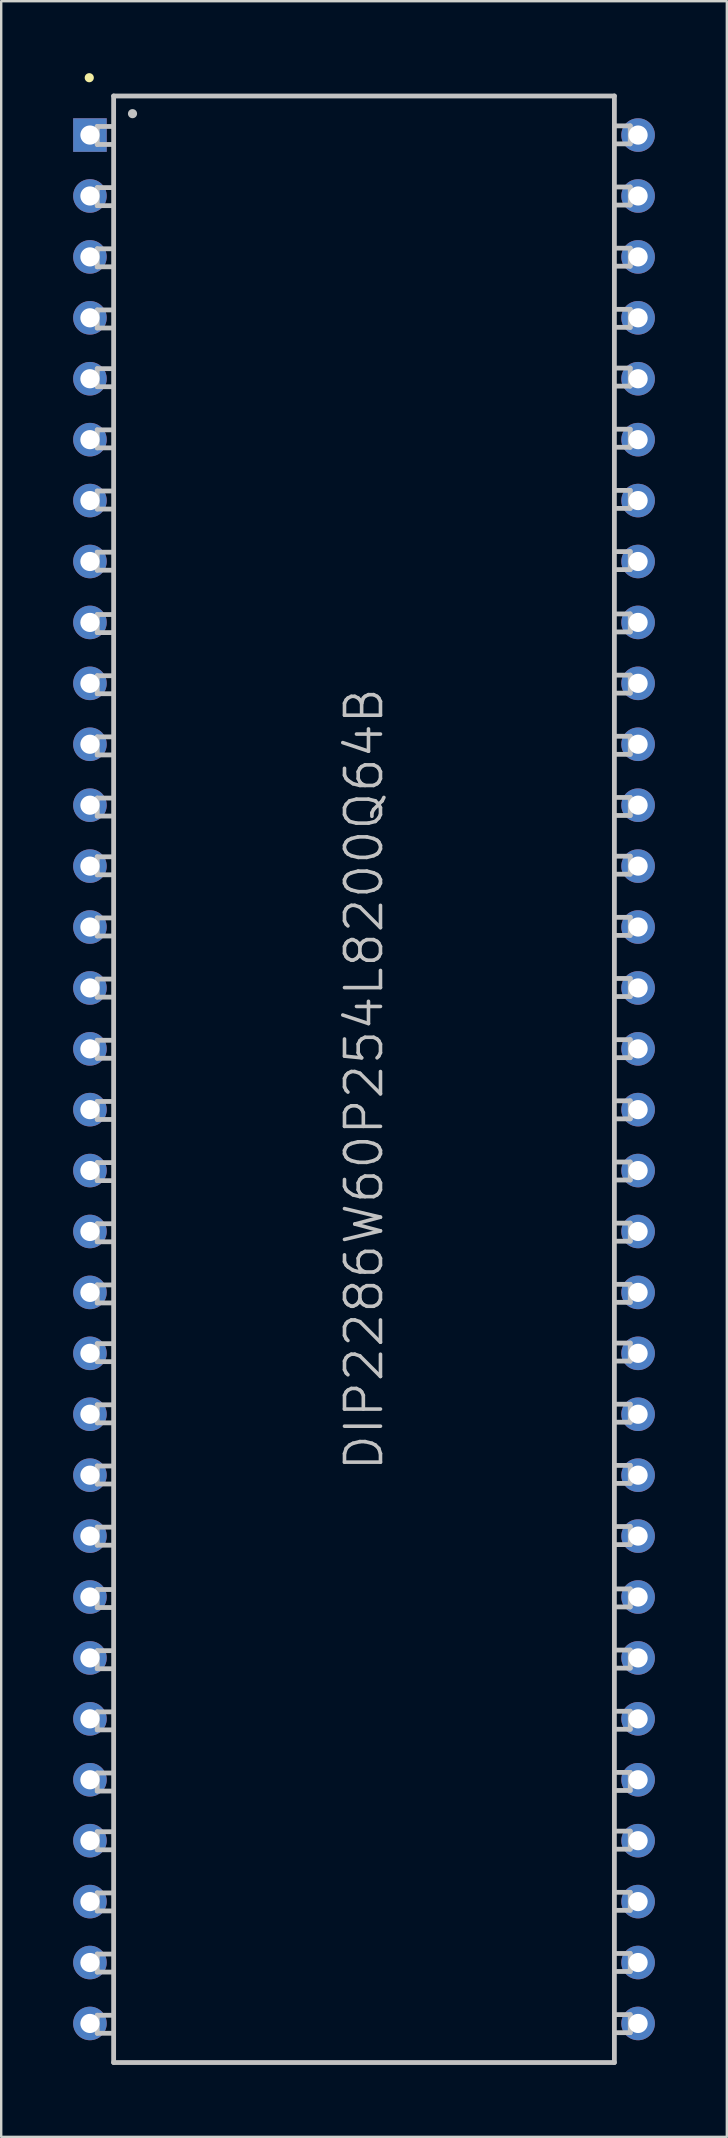
<source format=kicad_pcb>
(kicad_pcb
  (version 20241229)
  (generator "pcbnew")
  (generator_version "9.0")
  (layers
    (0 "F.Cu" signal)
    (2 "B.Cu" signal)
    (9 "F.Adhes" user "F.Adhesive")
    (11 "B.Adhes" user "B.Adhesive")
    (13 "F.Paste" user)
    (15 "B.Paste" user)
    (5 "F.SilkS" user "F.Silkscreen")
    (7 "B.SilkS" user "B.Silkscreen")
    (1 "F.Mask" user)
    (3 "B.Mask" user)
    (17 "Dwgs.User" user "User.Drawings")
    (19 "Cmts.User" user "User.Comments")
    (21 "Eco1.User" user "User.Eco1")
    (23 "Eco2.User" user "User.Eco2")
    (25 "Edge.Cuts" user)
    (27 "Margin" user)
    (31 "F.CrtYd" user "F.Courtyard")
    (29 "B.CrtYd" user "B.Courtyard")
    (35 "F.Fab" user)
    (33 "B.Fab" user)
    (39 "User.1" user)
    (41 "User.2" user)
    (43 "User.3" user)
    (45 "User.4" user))
  (footprint "DIP2286W60P254L8200Q64B"
    (layer "F.Cu")
    (at 12.127 41.948)
    (property "Reference" "DIP2286W60P254L8200Q64B" (at 0 0 90) (layer "Dwgs.User") (effects (font (size 1.5 1.5) (thickness 0.15))))
    (attr through_hole)
    (fp_line (start -11.455 -41.758) (end -11.455 -41.758) (stroke (width 0.381) (type solid)) (layer "F.SilkS"))
    (fp_line (start -11.123 -39.726) (end -10.472 -39.726) (stroke (width 0.2) (type solid)) (layer "Dwgs.User"))
    (fp_line (start -11.123 -38.974) (end -11.123 -39.726) (stroke (width 0.2) (type solid)) (layer "Dwgs.User"))
    (fp_line (start -11.123 -38.974) (end -10.472 -38.974) (stroke (width 0.2) (type solid)) (layer "Dwgs.User"))
    (fp_line (start -11.123 -37.175) (end -10.472 -37.175) (stroke (width 0.2) (type solid)) (layer "Dwgs.User"))
    (fp_line (start -11.123 -36.424) (end -11.123 -37.175) (stroke (width 0.2) (type solid)) (layer "Dwgs.User"))
    (fp_line (start -11.123 -36.424) (end -10.472 -36.424) (stroke (width 0.2) (type solid)) (layer "Dwgs.User"))
    (fp_line (start -11.123 -34.625) (end -10.472 -34.625) (stroke (width 0.2) (type solid)) (layer "Dwgs.User"))
    (fp_line (start -11.123 -33.873) (end -11.123 -34.625) (stroke (width 0.2) (type solid)) (layer "Dwgs.User"))
    (fp_line (start -11.123 -33.873) (end -10.472 -33.873) (stroke (width 0.2) (type solid)) (layer "Dwgs.User"))
    (fp_line (start -11.123 -32.075) (end -10.472 -32.075) (stroke (width 0.2) (type solid)) (layer "Dwgs.User"))
    (fp_line (start -11.123 -31.323) (end -11.123 -32.075) (stroke (width 0.2) (type solid)) (layer "Dwgs.User"))
    (fp_line (start -11.123 -31.323) (end -10.472 -31.323) (stroke (width 0.2) (type solid)) (layer "Dwgs.User"))
    (fp_line (start -11.123 -29.627) (end -10.472 -29.627) (stroke (width 0.2) (type solid)) (layer "Dwgs.User"))
    (fp_line (start -11.123 -28.875) (end -11.123 -29.627) (stroke (width 0.2) (type solid)) (layer "Dwgs.User"))
    (fp_line (start -11.123 -28.875) (end -10.472 -28.875) (stroke (width 0.2) (type solid)) (layer "Dwgs.User"))
    (fp_line (start -11.123 -27.076) (end -10.472 -27.076) (stroke (width 0.2) (type solid)) (layer "Dwgs.User"))
    (fp_line (start -11.123 -26.325) (end -11.123 -27.076) (stroke (width 0.2) (type solid)) (layer "Dwgs.User"))
    (fp_line (start -11.123 -26.325) (end -10.472 -26.325) (stroke (width 0.2) (type solid)) (layer "Dwgs.User"))
    (fp_line (start -11.123 -24.526) (end -10.472 -24.526) (stroke (width 0.2) (type solid)) (layer "Dwgs.User"))
    (fp_line (start -11.123 -23.774) (end -11.123 -24.526) (stroke (width 0.2) (type solid)) (layer "Dwgs.User"))
    (fp_line (start -11.123 -23.774) (end -10.472 -23.774) (stroke (width 0.2) (type solid)) (layer "Dwgs.User"))
    (fp_line (start -11.123 -21.976) (end -10.472 -21.976) (stroke (width 0.2) (type solid)) (layer "Dwgs.User"))
    (fp_line (start -11.123 -21.224) (end -11.123 -21.976) (stroke (width 0.2) (type solid)) (layer "Dwgs.User"))
    (fp_line (start -11.123 -21.224) (end -10.472 -21.224) (stroke (width 0.2) (type solid)) (layer "Dwgs.User"))
    (fp_line (start -11.123 -19.375) (end -10.472 -19.375) (stroke (width 0.2) (type solid)) (layer "Dwgs.User"))
    (fp_line (start -11.123 -18.623) (end -11.123 -19.375) (stroke (width 0.2) (type solid)) (layer "Dwgs.User"))
    (fp_line (start -11.123 -18.623) (end -10.472 -18.623) (stroke (width 0.2) (type solid)) (layer "Dwgs.User"))
    (fp_line (start -11.123 -16.825) (end -10.472 -16.825) (stroke (width 0.2) (type solid)) (layer "Dwgs.User"))
    (fp_line (start -11.123 -16.073) (end -11.123 -16.825) (stroke (width 0.2) (type solid)) (layer "Dwgs.User"))
    (fp_line (start -11.123 -16.073) (end -10.472 -16.073) (stroke (width 0.2) (type solid)) (layer "Dwgs.User"))
    (fp_line (start -11.123 -14.275) (end -10.472 -14.275) (stroke (width 0.2) (type solid)) (layer "Dwgs.User"))
    (fp_line (start -11.123 -13.523) (end -11.123 -14.275) (stroke (width 0.2) (type solid)) (layer "Dwgs.User"))
    (fp_line (start -11.123 -13.523) (end -10.472 -13.523) (stroke (width 0.2) (type solid)) (layer "Dwgs.User"))
    (fp_line (start -11.123 -11.725) (end -10.472 -11.725) (stroke (width 0.2) (type solid)) (layer "Dwgs.User"))
    (fp_line (start -11.123 -10.973) (end -11.123 -11.725) (stroke (width 0.2) (type solid)) (layer "Dwgs.User"))
    (fp_line (start -11.123 -10.973) (end -10.472 -10.973) (stroke (width 0.2) (type solid)) (layer "Dwgs.User"))
    (fp_line (start -11.123 -9.276) (end -10.472 -9.276) (stroke (width 0.2) (type solid)) (layer "Dwgs.User"))
    (fp_line (start -11.123 -8.524) (end -11.123 -9.276) (stroke (width 0.2) (type solid)) (layer "Dwgs.User"))
    (fp_line (start -11.123 -8.524) (end -10.472 -8.524) (stroke (width 0.2) (type solid)) (layer "Dwgs.User"))
    (fp_line (start -11.123 -6.726) (end -10.472 -6.726) (stroke (width 0.2) (type solid)) (layer "Dwgs.User"))
    (fp_line (start -11.123 -5.974) (end -11.123 -6.726) (stroke (width 0.2) (type solid)) (layer "Dwgs.User"))
    (fp_line (start -11.123 -5.974) (end -10.472 -5.974) (stroke (width 0.2) (type solid)) (layer "Dwgs.User"))
    (fp_line (start -11.123 -4.176) (end -10.472 -4.176) (stroke (width 0.2) (type solid)) (layer "Dwgs.User"))
    (fp_line (start -11.123 -3.424) (end -11.123 -4.176) (stroke (width 0.2) (type solid)) (layer "Dwgs.User"))
    (fp_line (start -11.123 -3.424) (end -10.472 -3.424) (stroke (width 0.2) (type solid)) (layer "Dwgs.User"))
    (fp_line (start -11.123 -1.626) (end -10.472 -1.626) (stroke (width 0.2) (type solid)) (layer "Dwgs.User"))
    (fp_line (start -11.123 -0.874) (end -11.123 -1.626) (stroke (width 0.2) (type solid)) (layer "Dwgs.User"))
    (fp_line (start -11.123 -0.874) (end -10.472 -0.874) (stroke (width 0.2) (type solid)) (layer "Dwgs.User"))
    (fp_line (start -11.123 0.925) (end -10.472 0.925) (stroke (width 0.2) (type solid)) (layer "Dwgs.User"))
    (fp_line (start -11.123 1.676) (end -11.123 0.925) (stroke (width 0.2) (type solid)) (layer "Dwgs.User"))
    (fp_line (start -11.123 1.676) (end -10.472 1.676) (stroke (width 0.2) (type solid)) (layer "Dwgs.User"))
    (fp_line (start -11.123 3.475) (end -10.472 3.475) (stroke (width 0.2) (type solid)) (layer "Dwgs.User"))
    (fp_line (start -11.123 4.227) (end -11.123 3.475) (stroke (width 0.2) (type solid)) (layer "Dwgs.User"))
    (fp_line (start -11.123 4.227) (end -10.472 4.227) (stroke (width 0.2) (type solid)) (layer "Dwgs.User"))
    (fp_line (start -11.123 6.025) (end -10.472 6.025) (stroke (width 0.2) (type solid)) (layer "Dwgs.User"))
    (fp_line (start -11.123 6.777) (end -11.123 6.025) (stroke (width 0.2) (type solid)) (layer "Dwgs.User"))
    (fp_line (start -11.123 6.777) (end -10.472 6.777) (stroke (width 0.2) (type solid)) (layer "Dwgs.User"))
    (fp_line (start -11.123 8.575) (end -10.472 8.575) (stroke (width 0.2) (type solid)) (layer "Dwgs.User"))
    (fp_line (start -11.123 9.327) (end -11.123 8.575) (stroke (width 0.2) (type solid)) (layer "Dwgs.User"))
    (fp_line (start -11.123 9.327) (end -10.472 9.327) (stroke (width 0.2) (type solid)) (layer "Dwgs.User"))
    (fp_line (start -11.123 11.024) (end -10.472 11.024) (stroke (width 0.2) (type solid)) (layer "Dwgs.User"))
    (fp_line (start -11.123 11.775) (end -11.123 11.024) (stroke (width 0.2) (type solid)) (layer "Dwgs.User"))
    (fp_line (start -11.123 11.775) (end -10.472 11.775) (stroke (width 0.2) (type solid)) (layer "Dwgs.User"))
    (fp_line (start -11.123 13.574) (end -10.472 13.574) (stroke (width 0.2) (type solid)) (layer "Dwgs.User"))
    (fp_line (start -11.123 14.326) (end -11.123 13.574) (stroke (width 0.2) (type solid)) (layer "Dwgs.User"))
    (fp_line (start -11.123 14.326) (end -10.472 14.326) (stroke (width 0.2) (type solid)) (layer "Dwgs.User"))
    (fp_line (start -11.123 16.124) (end -10.472 16.124) (stroke (width 0.2) (type solid)) (layer "Dwgs.User"))
    (fp_line (start -11.123 16.876) (end -11.123 16.124) (stroke (width 0.2) (type solid)) (layer "Dwgs.User"))
    (fp_line (start -11.123 16.876) (end -10.472 16.876) (stroke (width 0.2) (type solid)) (layer "Dwgs.User"))
    (fp_line (start -11.123 18.674) (end -10.472 18.674) (stroke (width 0.2) (type solid)) (layer "Dwgs.User"))
    (fp_line (start -11.123 19.426) (end -11.123 18.674) (stroke (width 0.2) (type solid)) (layer "Dwgs.User"))
    (fp_line (start -11.123 19.426) (end -10.472 19.426) (stroke (width 0.2) (type solid)) (layer "Dwgs.User"))
    (fp_line (start -11.123 21.275) (end -10.472 21.275) (stroke (width 0.2) (type solid)) (layer "Dwgs.User"))
    (fp_line (start -11.123 22.027) (end -11.123 21.275) (stroke (width 0.2) (type solid)) (layer "Dwgs.User"))
    (fp_line (start -11.123 22.027) (end -10.472 22.027) (stroke (width 0.2) (type solid)) (layer "Dwgs.User"))
    (fp_line (start -11.123 23.825) (end -10.472 23.825) (stroke (width 0.2) (type solid)) (layer "Dwgs.User"))
    (fp_line (start -11.123 24.577) (end -11.123 23.825) (stroke (width 0.2) (type solid)) (layer "Dwgs.User"))
    (fp_line (start -11.123 24.577) (end -10.472 24.577) (stroke (width 0.2) (type solid)) (layer "Dwgs.User"))
    (fp_line (start -11.123 26.375) (end -10.472 26.375) (stroke (width 0.2) (type solid)) (layer "Dwgs.User"))
    (fp_line (start -11.123 27.127) (end -11.123 26.375) (stroke (width 0.2) (type solid)) (layer "Dwgs.User"))
    (fp_line (start -11.123 27.127) (end -10.472 27.127) (stroke (width 0.2) (type solid)) (layer "Dwgs.User"))
    (fp_line (start -11.123 28.926) (end -10.472 28.926) (stroke (width 0.2) (type solid)) (layer "Dwgs.User"))
    (fp_line (start -11.123 29.677) (end -11.123 28.926) (stroke (width 0.2) (type solid)) (layer "Dwgs.User"))
    (fp_line (start -11.123 29.677) (end -10.472 29.677) (stroke (width 0.2) (type solid)) (layer "Dwgs.User"))
    (fp_line (start -11.123 31.374) (end -10.472 31.374) (stroke (width 0.2) (type solid)) (layer "Dwgs.User"))
    (fp_line (start -11.123 32.126) (end -11.123 31.374) (stroke (width 0.2) (type solid)) (layer "Dwgs.User"))
    (fp_line (start -11.123 32.126) (end -10.472 32.126) (stroke (width 0.2) (type solid)) (layer "Dwgs.User"))
    (fp_line (start -11.123 33.924) (end -10.472 33.924) (stroke (width 0.2) (type solid)) (layer "Dwgs.User"))
    (fp_line (start -11.123 34.676) (end -11.123 33.924) (stroke (width 0.2) (type solid)) (layer "Dwgs.User"))
    (fp_line (start -11.123 34.676) (end -10.472 34.676) (stroke (width 0.2) (type solid)) (layer "Dwgs.User"))
    (fp_line (start -11.123 36.474) (end -10.472 36.474) (stroke (width 0.2) (type solid)) (layer "Dwgs.User"))
    (fp_line (start -11.123 37.226) (end -11.123 36.474) (stroke (width 0.2) (type solid)) (layer "Dwgs.User"))
    (fp_line (start -11.123 37.226) (end -10.472 37.226) (stroke (width 0.2) (type solid)) (layer "Dwgs.User"))
    (fp_line (start -11.123 39.025) (end -10.472 39.025) (stroke (width 0.2) (type solid)) (layer "Dwgs.User"))
    (fp_line (start -11.123 39.776) (end -11.123 39.025) (stroke (width 0.2) (type solid)) (layer "Dwgs.User"))
    (fp_line (start -11.123 39.776) (end -10.472 39.776) (stroke (width 0.2) (type solid)) (layer "Dwgs.User"))
    (fp_line (start -10.439 -40.996) (end -10.439 40.996) (stroke (width 0.2) (type solid)) (layer "Dwgs.User"))
    (fp_line (start -10.439 -40.996) (end 10.439 -40.996) (stroke (width 0.2) (type solid)) (layer "Dwgs.User"))
    (fp_line (start -10.439 40.996) (end 10.439 40.996) (stroke (width 0.2) (type solid)) (layer "Dwgs.User"))
    (fp_line (start -9.652 -40.259) (end -9.652 -40.259) (stroke (width 0.381) (type solid)) (layer "Dwgs.User"))
    (fp_line (start 10.439 -40.996) (end 10.439 40.996) (stroke (width 0.2) (type solid)) (layer "Dwgs.User"))
    (fp_line (start 11.1 -39.751) (end 10.45 -39.751) (stroke (width 0.2) (type solid)) (layer "Dwgs.User"))
    (fp_line (start 11.1 -39.751) (end 11.1 -38.999) (stroke (width 0.2) (type solid)) (layer "Dwgs.User"))
    (fp_line (start 11.1 -38.999) (end 10.45 -38.999) (stroke (width 0.2) (type solid)) (layer "Dwgs.User"))
    (fp_line (start 11.1 -37.201) (end 10.45 -37.201) (stroke (width 0.2) (type solid)) (layer "Dwgs.User"))
    (fp_line (start 11.1 -37.201) (end 11.1 -36.449) (stroke (width 0.2) (type solid)) (layer "Dwgs.User"))
    (fp_line (start 11.1 -36.449) (end 10.45 -36.449) (stroke (width 0.2) (type solid)) (layer "Dwgs.User"))
    (fp_line (start 11.1 -34.651) (end 10.45 -34.651) (stroke (width 0.2) (type solid)) (layer "Dwgs.User"))
    (fp_line (start 11.1 -34.651) (end 11.1 -33.899) (stroke (width 0.2) (type solid)) (layer "Dwgs.User"))
    (fp_line (start 11.1 -33.899) (end 10.45 -33.899) (stroke (width 0.2) (type solid)) (layer "Dwgs.User"))
    (fp_line (start 11.1 -32.101) (end 10.45 -32.101) (stroke (width 0.2) (type solid)) (layer "Dwgs.User"))
    (fp_line (start 11.1 -32.101) (end 11.1 -31.349) (stroke (width 0.2) (type solid)) (layer "Dwgs.User"))
    (fp_line (start 11.1 -31.349) (end 10.45 -31.349) (stroke (width 0.2) (type solid)) (layer "Dwgs.User"))
    (fp_line (start 11.1 -29.652) (end 10.45 -29.652) (stroke (width 0.2) (type solid)) (layer "Dwgs.User"))
    (fp_line (start 11.1 -29.652) (end 11.1 -28.9) (stroke (width 0.2) (type solid)) (layer "Dwgs.User"))
    (fp_line (start 11.1 -28.9) (end 10.45 -28.9) (stroke (width 0.2) (type solid)) (layer "Dwgs.User"))
    (fp_line (start 11.1 -27.102) (end 10.45 -27.102) (stroke (width 0.2) (type solid)) (layer "Dwgs.User"))
    (fp_line (start 11.1 -27.102) (end 11.1 -26.35) (stroke (width 0.2) (type solid)) (layer "Dwgs.User"))
    (fp_line (start 11.1 -26.35) (end 10.45 -26.35) (stroke (width 0.2) (type solid)) (layer "Dwgs.User"))
    (fp_line (start 11.1 -24.552) (end 10.45 -24.552) (stroke (width 0.2) (type solid)) (layer "Dwgs.User"))
    (fp_line (start 11.1 -24.552) (end 11.1 -23.8) (stroke (width 0.2) (type solid)) (layer "Dwgs.User"))
    (fp_line (start 11.1 -23.8) (end 10.45 -23.8) (stroke (width 0.2) (type solid)) (layer "Dwgs.User"))
    (fp_line (start 11.1 -22.001) (end 10.45 -22.001) (stroke (width 0.2) (type solid)) (layer "Dwgs.User"))
    (fp_line (start 11.1 -22.001) (end 11.1 -21.25) (stroke (width 0.2) (type solid)) (layer "Dwgs.User"))
    (fp_line (start 11.1 -21.25) (end 10.45 -21.25) (stroke (width 0.2) (type solid)) (layer "Dwgs.User"))
    (fp_line (start 11.1 -19.401) (end 10.45 -19.401) (stroke (width 0.2) (type solid)) (layer "Dwgs.User"))
    (fp_line (start 11.1 -19.401) (end 11.1 -18.649) (stroke (width 0.2) (type solid)) (layer "Dwgs.User"))
    (fp_line (start 11.1 -18.649) (end 10.45 -18.649) (stroke (width 0.2) (type solid)) (layer "Dwgs.User"))
    (fp_line (start 11.1 -16.85) (end 10.45 -16.85) (stroke (width 0.2) (type solid)) (layer "Dwgs.User"))
    (fp_line (start 11.1 -16.85) (end 11.1 -16.099) (stroke (width 0.2) (type solid)) (layer "Dwgs.User"))
    (fp_line (start 11.1 -16.099) (end 10.45 -16.099) (stroke (width 0.2) (type solid)) (layer "Dwgs.User"))
    (fp_line (start 11.1 -14.3) (end 10.45 -14.3) (stroke (width 0.2) (type solid)) (layer "Dwgs.User"))
    (fp_line (start 11.1 -14.3) (end 11.1 -13.548) (stroke (width 0.2) (type solid)) (layer "Dwgs.User"))
    (fp_line (start 11.1 -13.548) (end 10.45 -13.548) (stroke (width 0.2) (type solid)) (layer "Dwgs.User"))
    (fp_line (start 11.1 -11.75) (end 10.45 -11.75) (stroke (width 0.2) (type solid)) (layer "Dwgs.User"))
    (fp_line (start 11.1 -11.75) (end 11.1 -10.998) (stroke (width 0.2) (type solid)) (layer "Dwgs.User"))
    (fp_line (start 11.1 -10.998) (end 10.45 -10.998) (stroke (width 0.2) (type solid)) (layer "Dwgs.User"))
    (fp_line (start 11.1 -9.301) (end 10.45 -9.301) (stroke (width 0.2) (type solid)) (layer "Dwgs.User"))
    (fp_line (start 11.1 -9.301) (end 11.1 -8.55) (stroke (width 0.2) (type solid)) (layer "Dwgs.User"))
    (fp_line (start 11.1 -8.55) (end 10.45 -8.55) (stroke (width 0.2) (type solid)) (layer "Dwgs.User"))
    (fp_line (start 11.1 -6.751) (end 10.45 -6.751) (stroke (width 0.2) (type solid)) (layer "Dwgs.User"))
    (fp_line (start 11.1 -6.751) (end 11.1 -5.999) (stroke (width 0.2) (type solid)) (layer "Dwgs.User"))
    (fp_line (start 11.1 -5.999) (end 10.45 -5.999) (stroke (width 0.2) (type solid)) (layer "Dwgs.User"))
    (fp_line (start 11.1 -4.201) (end 10.45 -4.201) (stroke (width 0.2) (type solid)) (layer "Dwgs.User"))
    (fp_line (start 11.1 -4.201) (end 11.1 -3.449) (stroke (width 0.2) (type solid)) (layer "Dwgs.User"))
    (fp_line (start 11.1 -3.449) (end 10.45 -3.449) (stroke (width 0.2) (type solid)) (layer "Dwgs.User"))
    (fp_line (start 11.1 -1.651) (end 10.45 -1.651) (stroke (width 0.2) (type solid)) (layer "Dwgs.User"))
    (fp_line (start 11.1 -1.651) (end 11.1 -0.899) (stroke (width 0.2) (type solid)) (layer "Dwgs.User"))
    (fp_line (start 11.1 -0.899) (end 10.45 -0.899) (stroke (width 0.2) (type solid)) (layer "Dwgs.User"))
    (fp_line (start 11.1 0.899) (end 10.45 0.899) (stroke (width 0.2) (type solid)) (layer "Dwgs.User"))
    (fp_line (start 11.1 0.899) (end 11.1 1.651) (stroke (width 0.2) (type solid)) (layer "Dwgs.User"))
    (fp_line (start 11.1 1.651) (end 10.45 1.651) (stroke (width 0.2) (type solid)) (layer "Dwgs.User"))
    (fp_line (start 11.1 3.449) (end 10.45 3.449) (stroke (width 0.2) (type solid)) (layer "Dwgs.User"))
    (fp_line (start 11.1 3.449) (end 11.1 4.201) (stroke (width 0.2) (type solid)) (layer "Dwgs.User"))
    (fp_line (start 11.1 4.201) (end 10.45 4.201) (stroke (width 0.2) (type solid)) (layer "Dwgs.User"))
    (fp_line (start 11.1 5.999) (end 10.45 5.999) (stroke (width 0.2) (type solid)) (layer "Dwgs.User"))
    (fp_line (start 11.1 5.999) (end 11.1 6.751) (stroke (width 0.2) (type solid)) (layer "Dwgs.User"))
    (fp_line (start 11.1 6.751) (end 10.45 6.751) (stroke (width 0.2) (type solid)) (layer "Dwgs.User"))
    (fp_line (start 11.1 8.55) (end 10.45 8.55) (stroke (width 0.2) (type solid)) (layer "Dwgs.User"))
    (fp_line (start 11.1 8.55) (end 11.1 9.301) (stroke (width 0.2) (type solid)) (layer "Dwgs.User"))
    (fp_line (start 11.1 9.301) (end 10.45 9.301) (stroke (width 0.2) (type solid)) (layer "Dwgs.User"))
    (fp_line (start 11.1 10.998) (end 10.45 10.998) (stroke (width 0.2) (type solid)) (layer "Dwgs.User"))
    (fp_line (start 11.1 10.998) (end 11.1 11.75) (stroke (width 0.2) (type solid)) (layer "Dwgs.User"))
    (fp_line (start 11.1 11.75) (end 10.45 11.75) (stroke (width 0.2) (type solid)) (layer "Dwgs.User"))
    (fp_line (start 11.1 13.548) (end 10.45 13.548) (stroke (width 0.2) (type solid)) (layer "Dwgs.User"))
    (fp_line (start 11.1 13.548) (end 11.1 14.3) (stroke (width 0.2) (type solid)) (layer "Dwgs.User"))
    (fp_line (start 11.1 14.3) (end 10.45 14.3) (stroke (width 0.2) (type solid)) (layer "Dwgs.User"))
    (fp_line (start 11.1 16.099) (end 10.45 16.099) (stroke (width 0.2) (type solid)) (layer "Dwgs.User"))
    (fp_line (start 11.1 16.099) (end 11.1 16.85) (stroke (width 0.2) (type solid)) (layer "Dwgs.User"))
    (fp_line (start 11.1 16.85) (end 10.45 16.85) (stroke (width 0.2) (type solid)) (layer "Dwgs.User"))
    (fp_line (start 11.1 18.649) (end 10.45 18.649) (stroke (width 0.2) (type solid)) (layer "Dwgs.User"))
    (fp_line (start 11.1 18.649) (end 11.1 19.401) (stroke (width 0.2) (type solid)) (layer "Dwgs.User"))
    (fp_line (start 11.1 19.401) (end 10.45 19.401) (stroke (width 0.2) (type solid)) (layer "Dwgs.User"))
    (fp_line (start 11.1 21.25) (end 10.45 21.25) (stroke (width 0.2) (type solid)) (layer "Dwgs.User"))
    (fp_line (start 11.1 21.25) (end 11.1 22.001) (stroke (width 0.2) (type solid)) (layer "Dwgs.User"))
    (fp_line (start 11.1 22.001) (end 10.45 22.001) (stroke (width 0.2) (type solid)) (layer "Dwgs.User"))
    (fp_line (start 11.1 23.8) (end 10.45 23.8) (stroke (width 0.2) (type solid)) (layer "Dwgs.User"))
    (fp_line (start 11.1 23.8) (end 11.1 24.552) (stroke (width 0.2) (type solid)) (layer "Dwgs.User"))
    (fp_line (start 11.1 24.552) (end 10.45 24.552) (stroke (width 0.2) (type solid)) (layer "Dwgs.User"))
    (fp_line (start 11.1 26.35) (end 10.45 26.35) (stroke (width 0.2) (type solid)) (layer "Dwgs.User"))
    (fp_line (start 11.1 26.35) (end 11.1 27.102) (stroke (width 0.2) (type solid)) (layer "Dwgs.User"))
    (fp_line (start 11.1 27.102) (end 10.45 27.102) (stroke (width 0.2) (type solid)) (layer "Dwgs.User"))
    (fp_line (start 11.1 28.9) (end 10.45 28.9) (stroke (width 0.2) (type solid)) (layer "Dwgs.User"))
    (fp_line (start 11.1 28.9) (end 11.1 29.652) (stroke (width 0.2) (type solid)) (layer "Dwgs.User"))
    (fp_line (start 11.1 29.652) (end 10.45 29.652) (stroke (width 0.2) (type solid)) (layer "Dwgs.User"))
    (fp_line (start 11.1 31.349) (end 10.45 31.349) (stroke (width 0.2) (type solid)) (layer "Dwgs.User"))
    (fp_line (start 11.1 31.349) (end 11.1 32.101) (stroke (width 0.2) (type solid)) (layer "Dwgs.User"))
    (fp_line (start 11.1 32.101) (end 10.45 32.101) (stroke (width 0.2) (type solid)) (layer "Dwgs.User"))
    (fp_line (start 11.1 33.899) (end 10.45 33.899) (stroke (width 0.2) (type solid)) (layer "Dwgs.User"))
    (fp_line (start 11.1 33.899) (end 11.1 34.651) (stroke (width 0.2) (type solid)) (layer "Dwgs.User"))
    (fp_line (start 11.1 34.651) (end 10.45 34.651) (stroke (width 0.2) (type solid)) (layer "Dwgs.User"))
    (fp_line (start 11.1 36.449) (end 10.45 36.449) (stroke (width 0.2) (type solid)) (layer "Dwgs.User"))
    (fp_line (start 11.1 36.449) (end 11.1 37.201) (stroke (width 0.2) (type solid)) (layer "Dwgs.User"))
    (fp_line (start 11.1 37.201) (end 10.45 37.201) (stroke (width 0.2) (type solid)) (layer "Dwgs.User"))
    (fp_line (start 11.1 38.999) (end 10.45 38.999) (stroke (width 0.2) (type solid)) (layer "Dwgs.User"))
    (fp_line (start 11.1 38.999) (end 11.1 39.751) (stroke (width 0.2) (type solid)) (layer "Dwgs.User"))
    (fp_line (start 11.1 39.751) (end 10.45 39.751) (stroke (width 0.2) (type solid)) (layer "Dwgs.User"))
    (pad "1" thru_hole rect (at -11.427 -39.367 180) (size 1.4 1.4) (drill 0.8) (layers "*.Cu" "*.Mask"))
    (pad "2" thru_hole circle (at -11.427 -36.827 180) (size 1.4 1.4) (drill 0.8) (layers "*.Cu" "*.Mask"))
    (pad "3" thru_hole circle (at -11.427 -34.287 180) (size 1.4 1.4) (drill 0.8) (layers "*.Cu" "*.Mask"))
    (pad "4" thru_hole circle (at -11.427 -31.747 180) (size 1.4 1.4) (drill 0.8) (layers "*.Cu" "*.Mask"))
    (pad "5" thru_hole circle (at -11.427 -29.207 180) (size 1.4 1.4) (drill 0.8) (layers "*.Cu" "*.Mask"))
    (pad "6" thru_hole circle (at -11.427 -26.667 180) (size 1.4 1.4) (drill 0.8) (layers "*.Cu" "*.Mask"))
    (pad "7" thru_hole circle (at -11.427 -24.127 180) (size 1.4 1.4) (drill 0.8) (layers "*.Cu" "*.Mask"))
    (pad "8" thru_hole circle (at -11.427 -21.587 180) (size 1.4 1.4) (drill 0.8) (layers "*.Cu" "*.Mask"))
    (pad "9" thru_hole circle (at -11.427 -19.047 180) (size 1.4 1.4) (drill 0.8) (layers "*.Cu" "*.Mask"))
    (pad "10" thru_hole circle (at -11.427 -16.507 180) (size 1.4 1.4) (drill 0.8) (layers "*.Cu" "*.Mask"))
    (pad "11" thru_hole circle (at -11.427 -13.967 180) (size 1.4 1.4) (drill 0.8) (layers "*.Cu" "*.Mask"))
    (pad "12" thru_hole circle (at -11.427 -11.427 180) (size 1.4 1.4) (drill 0.8) (layers "*.Cu" "*.Mask"))
    (pad "13" thru_hole circle (at -11.427 -8.887 180) (size 1.4 1.4) (drill 0.8) (layers "*.Cu" "*.Mask"))
    (pad "14" thru_hole circle (at -11.427 -6.347 180) (size 1.4 1.4) (drill 0.8) (layers "*.Cu" "*.Mask"))
    (pad "15" thru_hole circle (at -11.427 -3.807 180) (size 1.4 1.4) (drill 0.8) (layers "*.Cu" "*.Mask"))
    (pad "16" thru_hole circle (at -11.427 -1.267 180) (size 1.4 1.4) (drill 0.8) (layers "*.Cu" "*.Mask"))
    (pad "17" thru_hole circle (at -11.427 1.267 180) (size 1.4 1.4) (drill 0.8) (layers "*.Cu" "*.Mask"))
    (pad "18" thru_hole circle (at -11.427 3.807 180) (size 1.4 1.4) (drill 0.8) (layers "*.Cu" "*.Mask"))
    (pad "19" thru_hole circle (at -11.427 6.347 180) (size 1.4 1.4) (drill 0.8) (layers "*.Cu" "*.Mask"))
    (pad "20" thru_hole circle (at -11.427 8.887 180) (size 1.4 1.4) (drill 0.8) (layers "*.Cu" "*.Mask"))
    (pad "21" thru_hole circle (at -11.427 11.427 180) (size 1.4 1.4) (drill 0.8) (layers "*.Cu" "*.Mask"))
    (pad "22" thru_hole circle (at -11.427 13.967 180) (size 1.4 1.4) (drill 0.8) (layers "*.Cu" "*.Mask"))
    (pad "23" thru_hole circle (at -11.427 16.507 180) (size 1.4 1.4) (drill 0.8) (layers "*.Cu" "*.Mask"))
    (pad "24" thru_hole circle (at -11.427 19.047 180) (size 1.4 1.4) (drill 0.8) (layers "*.Cu" "*.Mask"))
    (pad "25" thru_hole circle (at -11.427 21.587 180) (size 1.4 1.4) (drill 0.8) (layers "*.Cu" "*.Mask"))
    (pad "26" thru_hole circle (at -11.427 24.127 180) (size 1.4 1.4) (drill 0.8) (layers "*.Cu" "*.Mask"))
    (pad "27" thru_hole circle (at -11.427 26.667 180) (size 1.4 1.4) (drill 0.8) (layers "*.Cu" "*.Mask"))
    (pad "28" thru_hole circle (at -11.427 29.207 180) (size 1.4 1.4) (drill 0.8) (layers "*.Cu" "*.Mask"))
    (pad "29" thru_hole circle (at -11.427 31.747 180) (size 1.4 1.4) (drill 0.8) (layers "*.Cu" "*.Mask"))
    (pad "30" thru_hole circle (at -11.427 34.287 180) (size 1.4 1.4) (drill 0.8) (layers "*.Cu" "*.Mask"))
    (pad "31" thru_hole circle (at -11.427 36.827 180) (size 1.4 1.4) (drill 0.8) (layers "*.Cu" "*.Mask"))
    (pad "32" thru_hole circle (at -11.427 39.367 180) (size 1.4 1.4) (drill 0.8) (layers "*.Cu" "*.Mask"))
    (pad "33" thru_hole circle (at 11.427 39.367 180) (size 1.4 1.4) (drill 0.8) (layers "*.Cu" "*.Mask"))
    (pad "34" thru_hole circle (at 11.427 36.827 180) (size 1.4 1.4) (drill 0.8) (layers "*.Cu" "*.Mask"))
    (pad "35" thru_hole circle (at 11.427 34.287 180) (size 1.4 1.4) (drill 0.8) (layers "*.Cu" "*.Mask"))
    (pad "36" thru_hole circle (at 11.427 31.747 180) (size 1.4 1.4) (drill 0.8) (layers "*.Cu" "*.Mask"))
    (pad "37" thru_hole circle (at 11.427 29.207 180) (size 1.4 1.4) (drill 0.8) (layers "*.Cu" "*.Mask"))
    (pad "38" thru_hole circle (at 11.427 26.667 180) (size 1.4 1.4) (drill 0.8) (layers "*.Cu" "*.Mask"))
    (pad "39" thru_hole circle (at 11.427 24.127 180) (size 1.4 1.4) (drill 0.8) (layers "*.Cu" "*.Mask"))
    (pad "40" thru_hole circle (at 11.427 21.587 180) (size 1.4 1.4) (drill 0.8) (layers "*.Cu" "*.Mask"))
    (pad "41" thru_hole circle (at 11.427 19.047 180) (size 1.4 1.4) (drill 0.8) (layers "*.Cu" "*.Mask"))
    (pad "42" thru_hole circle (at 11.427 16.507 180) (size 1.4 1.4) (drill 0.8) (layers "*.Cu" "*.Mask"))
    (pad "43" thru_hole circle (at 11.427 13.967 180) (size 1.4 1.4) (drill 0.8) (layers "*.Cu" "*.Mask"))
    (pad "44" thru_hole circle (at 11.427 11.427 180) (size 1.4 1.4) (drill 0.8) (layers "*.Cu" "*.Mask"))
    (pad "45" thru_hole circle (at 11.427 8.887 180) (size 1.4 1.4) (drill 0.8) (layers "*.Cu" "*.Mask"))
    (pad "46" thru_hole circle (at 11.427 6.347 180) (size 1.4 1.4) (drill 0.8) (layers "*.Cu" "*.Mask"))
    (pad "47" thru_hole circle (at 11.427 3.807 180) (size 1.4 1.4) (drill 0.8) (layers "*.Cu" "*.Mask"))
    (pad "48" thru_hole circle (at 11.427 1.267 180) (size 1.4 1.4) (drill 0.8) (layers "*.Cu" "*.Mask"))
    (pad "49" thru_hole circle (at 11.427 -1.267 180) (size 1.4 1.4) (drill 0.8) (layers "*.Cu" "*.Mask"))
    (pad "50" thru_hole circle (at 11.427 -3.807 180) (size 1.4 1.4) (drill 0.8) (layers "*.Cu" "*.Mask"))
    (pad "51" thru_hole circle (at 11.427 -6.347 180) (size 1.4 1.4) (drill 0.8) (layers "*.Cu" "*.Mask"))
    (pad "52" thru_hole circle (at 11.427 -8.887 180) (size 1.4 1.4) (drill 0.8) (layers "*.Cu" "*.Mask"))
    (pad "53" thru_hole circle (at 11.427 -11.427 180) (size 1.4 1.4) (drill 0.8) (layers "*.Cu" "*.Mask"))
    (pad "54" thru_hole circle (at 11.427 -13.967 180) (size 1.4 1.4) (drill 0.8) (layers "*.Cu" "*.Mask"))
    (pad "55" thru_hole circle (at 11.427 -16.507 180) (size 1.4 1.4) (drill 0.8) (layers "*.Cu" "*.Mask"))
    (pad "56" thru_hole circle (at 11.427 -19.047 180) (size 1.4 1.4) (drill 0.8) (layers "*.Cu" "*.Mask"))
    (pad "57" thru_hole circle (at 11.427 -21.587 180) (size 1.4 1.4) (drill 0.8) (layers "*.Cu" "*.Mask"))
    (pad "58" thru_hole circle (at 11.427 -24.127 180) (size 1.4 1.4) (drill 0.8) (layers "*.Cu" "*.Mask"))
    (pad "59" thru_hole circle (at 11.427 -26.667 180) (size 1.4 1.4) (drill 0.8) (layers "*.Cu" "*.Mask"))
    (pad "60" thru_hole circle (at 11.427 -29.207 180) (size 1.4 1.4) (drill 0.8) (layers "*.Cu" "*.Mask"))
    (pad "61" thru_hole circle (at 11.427 -31.747 180) (size 1.4 1.4) (drill 0.8) (layers "*.Cu" "*.Mask"))
    (pad "62" thru_hole circle (at 11.427 -34.287 180) (size 1.4 1.4) (drill 0.8) (layers "*.Cu" "*.Mask"))
    (pad "63" thru_hole circle (at 11.427 -36.827 180) (size 1.4 1.4) (drill 0.8) (layers "*.Cu" "*.Mask"))
    (pad "64" thru_hole circle (at 11.427 -39.367 180) (size 1.4 1.4) (drill 0.8) (layers "*.Cu" "*.Mask")))
  (gr_rect
    (start -3 -3)
    (end 27.255 86.044)
    (stroke (width 0.1) (type default))
    (fill no)
    (layer "Edge.Cuts")))
</source>
